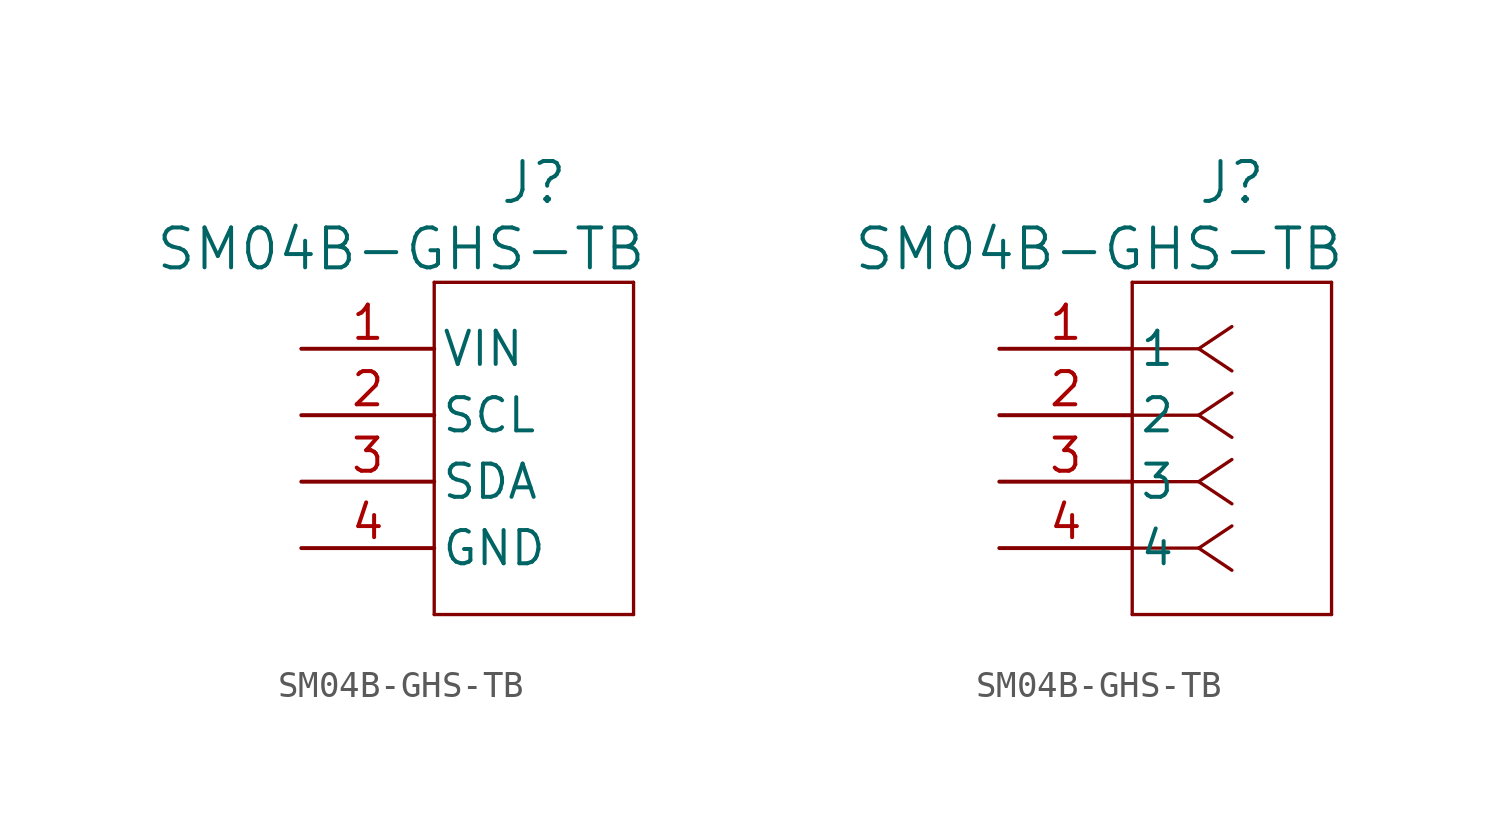
<source format=kicad_sym>
(kicad_symbol_lib
  (version 20220914)
  (generator kicad_symbol_editor)
  (symbol "SM04B-GHS-TB"
    (pin_names
      (offset 0.254))
    (property "Reference" "J"
      (at 8.89 6.35 0)
      (effects (font (size 1.524 1.524))))
    (property "Value" "SM04B-GHS-TB"
      (at 3.81 3.81 0)
      (effects (font (size 1.524 1.524))))
    (property "ki_locked" ""
      (at 0 0 0)
      (effects (font (size 1.27 1.27))))
    (symbol "SM04B-GHS-TB_1_1"
      (polyline (pts (xy 5.08 -10.16) (xy 12.7 -10.16)) (stroke (width 0.127) (type default)) (fill (type none)))
      (polyline (pts (xy 5.08 2.54) (xy 5.08 -10.16)) (stroke (width 0.127) (type default)) (fill (type none)))
      (polyline (pts (xy 12.7 -10.16) (xy 12.7 2.54)) (stroke (width 0.127) (type default)) (fill (type none)))
      (polyline (pts (xy 12.7 2.54) (xy 5.08 2.54)) (stroke (width 0.127) (type default)) (fill (type none)))
      (pin input line (at 0 0 0) (length 5.08) (name "VIN" (effects (font (size 1.27 1.27)))) (number "1" (effects (font (size 1.27 1.27)))))
      (pin bidirectional line (at 0 -2.54 0) (length 5.08) (name "SCL" (effects (font (size 1.27 1.27)))) (number "2" (effects (font (size 1.27 1.27)))))
      (pin bidirectional line (at 0 -5.08 0) (length 5.08) (name "SDA" (effects (font (size 1.27 1.27)))) (number "3" (effects (font (size 1.27 1.27)))))
      (pin output line (at 0 -7.62 0) (length 5.08) (name "GND" (effects (font (size 1.27 1.27)))) (number "4" (effects (font (size 1.27 1.27))))))
    (symbol "SM04B-GHS-TB_1_2"
      (polyline (pts (xy 5.08 -10.16) (xy 12.7 -10.16)) (stroke (width 0.127) (type default)) (fill (type none)))
      (polyline (pts (xy 5.08 2.54) (xy 5.08 -10.16)) (stroke (width 0.127) (type default)) (fill (type none)))
      (polyline (pts (xy 7.62 -7.62) (xy 5.08 -7.62)) (stroke (width 0.127) (type default)) (fill (type none)))
      (polyline (pts (xy 7.62 -7.62) (xy 8.89 -8.467)) (stroke (width 0.127) (type default)) (fill (type none)))
      (polyline (pts (xy 7.62 -7.62) (xy 8.89 -6.773)) (stroke (width 0.127) (type default)) (fill (type none)))
      (polyline (pts (xy 7.62 -5.08) (xy 5.08 -5.08)) (stroke (width 0.127) (type default)) (fill (type none)))
      (polyline (pts (xy 7.62 -5.08) (xy 8.89 -5.927)) (stroke (width 0.127) (type default)) (fill (type none)))
      (polyline (pts (xy 7.62 -5.08) (xy 8.89 -4.233)) (stroke (width 0.127) (type default)) (fill (type none)))
      (polyline (pts (xy 7.62 -2.54) (xy 5.08 -2.54)) (stroke (width 0.127) (type default)) (fill (type none)))
      (polyline (pts (xy 7.62 -2.54) (xy 8.89 -3.387)) (stroke (width 0.127) (type default)) (fill (type none)))
      (polyline (pts (xy 7.62 -2.54) (xy 8.89 -1.693)) (stroke (width 0.127) (type default)) (fill (type none)))
      (polyline (pts (xy 7.62 0) (xy 5.08 0)) (stroke (width 0.127) (type default)) (fill (type none)))
      (polyline (pts (xy 7.62 0) (xy 8.89 -0.847)) (stroke (width 0.127) (type default)) (fill (type none)))
      (polyline (pts (xy 7.62 0) (xy 8.89 0.847)) (stroke (width 0.127) (type default)) (fill (type none)))
      (polyline (pts (xy 12.7 -10.16) (xy 12.7 2.54)) (stroke (width 0.127) (type default)) (fill (type none)))
      (polyline (pts (xy 12.7 2.54) (xy 5.08 2.54)) (stroke (width 0.127) (type default)) (fill (type none)))
      (pin unspecified line (at 0 0 0) (length 5.08) (name "1" (effects (font (size 1.27 1.27)))) (number "1" (effects (font (size 1.27 1.27)))))
      (pin unspecified line (at 0 -2.54 0) (length 5.08) (name "2" (effects (font (size 1.27 1.27)))) (number "2" (effects (font (size 1.27 1.27)))))
      (pin unspecified line (at 0 -5.08 0) (length 5.08) (name "3" (effects (font (size 1.27 1.27)))) (number "3" (effects (font (size 1.27 1.27)))))
      (pin unspecified line (at 0 -7.62 0) (length 5.08) (name "4" (effects (font (size 1.27 1.27)))) (number "4" (effects (font (size 1.27 1.27))))))))
</source>
